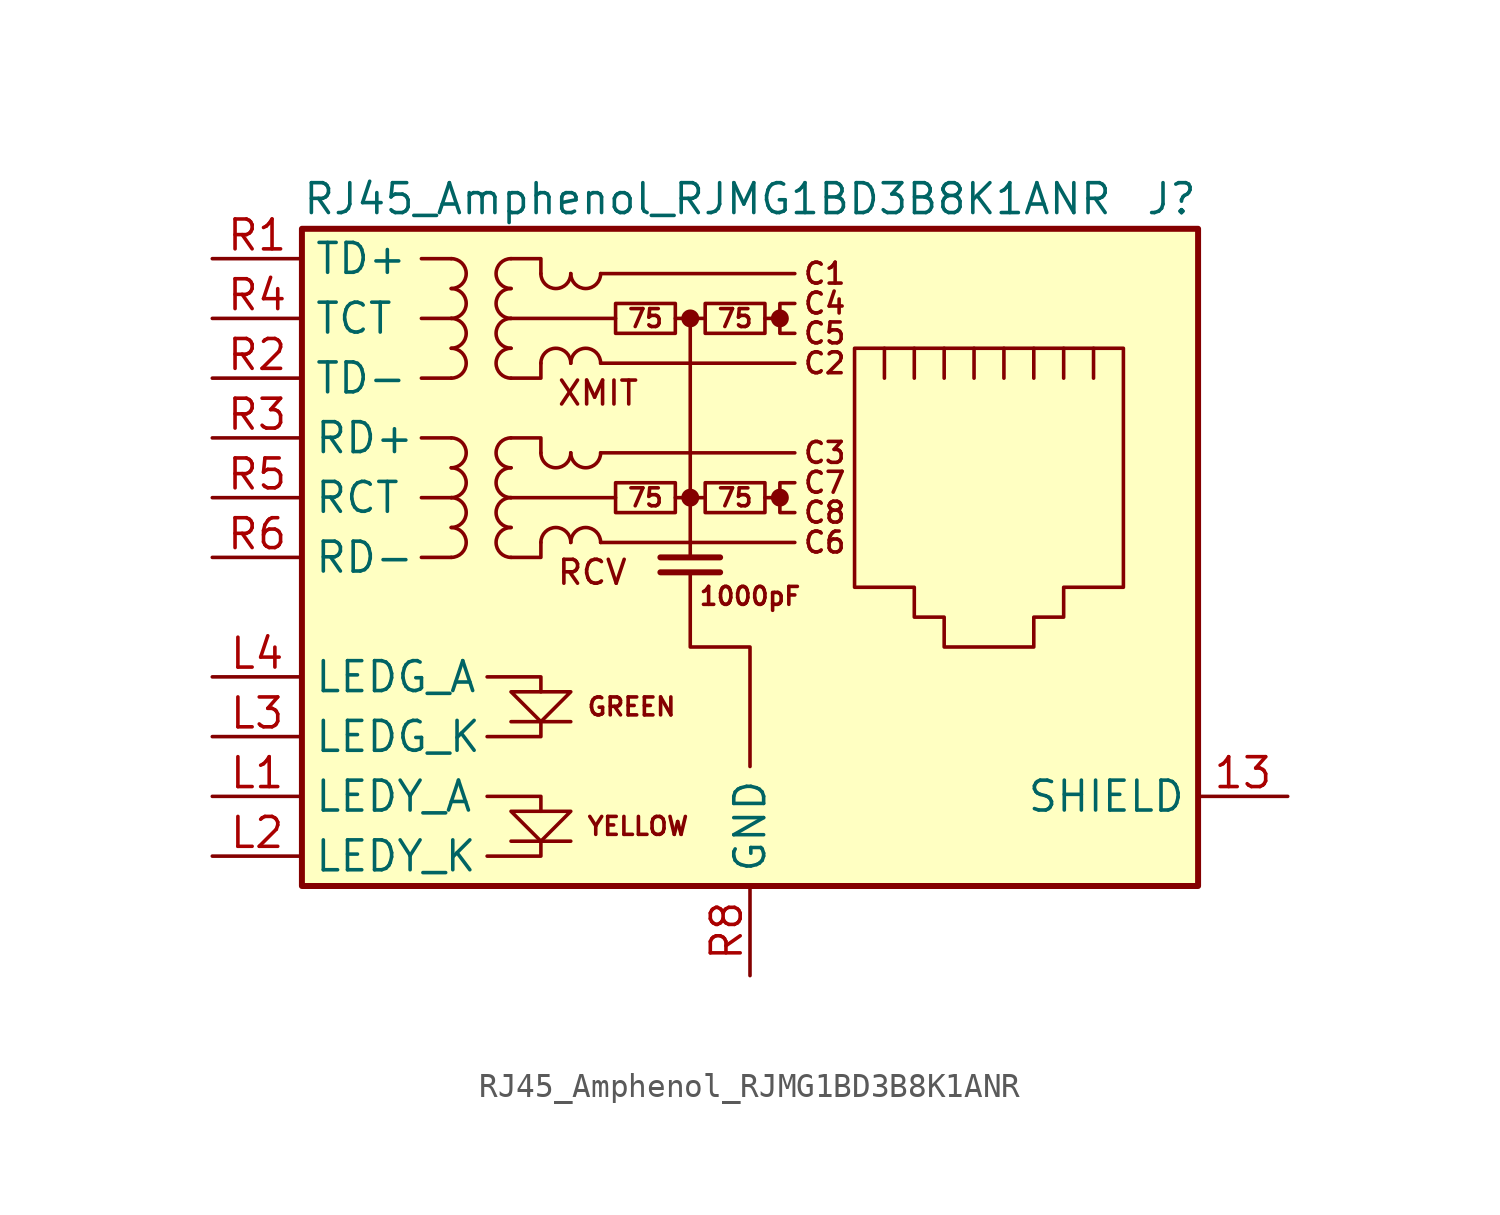
<source format=kicad_sym>
(kicad_symbol_lib
  (version 20220914)
  (generator kicad_symbol_editor)
  (symbol "RJ45_Amphenol_RJMG1BD3B8K1ANR"
    (property "Reference" "J"
      (at 19.05 15.24 0)
      (effects (font (size 1.27 1.27)) (justify right)))
    (property "Value" "RJ45_Amphenol_RJMG1BD3B8K1ANR"
      (at -19.05 15.24 0)
      (effects (font (size 1.27 1.27)) (justify left)))
    (symbol "RJ45_Amphenol_RJMG1BD3B8K1ANR_0_0"
      (circle (center -2.54 2.54) (radius 0.254) (stroke (width 0.254) (type solid)) (fill (type outline)))
      (circle (center -2.54 10.16) (radius 0.254) (stroke (width 0.254) (type solid)) (fill (type outline)))
      (polyline (pts (xy -7.62 -12.065) (xy -10.16 -12.065)) (stroke (width 0) (type solid)) (fill (type none)))
      (polyline (pts (xy -7.62 -6.985) (xy -10.16 -6.985)) (stroke (width 0) (type solid)) (fill (type none)))
      (polyline (pts (xy -2.54 10.16) (xy -2.54 0)) (stroke (width 0) (type solid)) (fill (type none)))
      (polyline (pts (xy -1.27 -0.635) (xy -3.81 -0.635)) (stroke (width 0.254) (type solid)) (fill (type none)))
      (polyline (pts (xy -1.27 0) (xy -3.81 0)) (stroke (width 0.254) (type solid)) (fill (type none)))
      (polyline (pts (xy 1.27 2.54) (xy 0.635 2.54)) (stroke (width 0) (type solid)) (fill (type none)))
      (polyline (pts (xy 1.27 10.16) (xy 0.635 10.16)) (stroke (width 0) (type solid)) (fill (type none)))
      (polyline (pts (xy -11.176 -12.7) (xy -8.89 -12.7) (xy -8.89 -12.065)) (stroke (width 0) (type solid)) (fill (type none)))
      (polyline (pts (xy -11.176 -10.16) (xy -8.89 -10.16) (xy -8.89 -10.795)) (stroke (width 0) (type solid)) (fill (type none)))
      (polyline (pts (xy -11.176 -5.08) (xy -8.89 -5.08) (xy -8.89 -5.715)) (stroke (width 0) (type solid)) (fill (type none)))
      (polyline (pts (xy -8.89 -6.985) (xy -8.89 -7.62) (xy -11.176 -7.62)) (stroke (width 0) (type solid)) (fill (type none)))
      (polyline (pts (xy -10.16 -5.715) (xy -7.62 -5.715) (xy -8.89 -6.985) (xy -10.16 -5.715)) (stroke (width 0) (type solid)) (fill (type none)))
      (polyline (pts (xy -7.62 -10.795) (xy -10.16 -10.795) (xy -8.89 -12.065) (xy -7.62 -10.795)) (stroke (width 0) (type solid)) (fill (type none)))
      (polyline (pts (xy -2.54 -0.635) (xy -2.54 -3.81) (xy 0 -3.81) (xy 0 -8.89)) (stroke (width 0) (type solid)) (fill (type none)))
      (polyline (pts (xy 1.905 3.175) (xy 1.27 3.175) (xy 1.27 1.905) (xy 1.905 1.905)) (stroke (width 0) (type solid)) (fill (type none)))
      (polyline (pts (xy 1.905 10.795) (xy 1.27 10.795) (xy 1.27 9.525) (xy 1.905 9.525)) (stroke (width 0) (type solid)) (fill (type none)))
      (circle (center 1.27 2.54) (radius 0.254) (stroke (width 0.254) (type solid)) (fill (type outline)))
      (circle (center 1.27 10.16) (radius 0.254) (stroke (width 0.254) (type solid)) (fill (type outline)))
      (text "1000pF" (at 0 -1.651 0) (effects (font (size 0.762 0.762))))
      (text "75" (at -4.445 2.54 0) (effects (font (size 0.762 0.762))))
      (text "75" (at -4.445 10.16 0) (effects (font (size 0.762 0.762))))
      (text "75" (at -0.635 2.54 0) (effects (font (size 0.762 0.762))))
      (text "75" (at -0.635 10.16 0) (effects (font (size 0.762 0.762))))
      (text "C1" (at 3.175 12.065 0) (effects (font (size 0.889 0.889))))
      (text "C2" (at 3.175 8.255 0) (effects (font (size 0.889 0.889))))
      (text "C3" (at 3.175 4.445 0) (effects (font (size 0.889 0.889))))
      (text "C4" (at 3.175 10.795 0) (effects (font (size 0.889 0.889))))
      (text "C5" (at 3.175 9.525 0) (effects (font (size 0.889 0.889))))
      (text "C6" (at 3.175 0.635 0) (effects (font (size 0.889 0.889))))
      (text "C7" (at 3.175 3.175 0) (effects (font (size 0.889 0.889))))
      (text "C8" (at 3.175 1.905 0) (effects (font (size 0.889 0.889))))
      (text "GREEN" (at -6.985 -6.35 0) (effects (font (size 0.762 0.762)) (justify left)))
      (text "RCV" (at -8.255 -0.635 0) (effects (font (size 1.016 1.016)) (justify left)))
      (text "XMIT" (at -8.255 6.985 0) (effects (font (size 1.016 1.016)) (justify left)))
      (text "YELLOW" (at -6.985 -11.43 0) (effects (font (size 0.762 0.762)) (justify left))))
    (symbol "RJ45_Amphenol_RJMG1BD3B8K1ANR_0_1"
      (rectangle (start -19.05 -13.97) (end 19.05 13.97) (stroke (width 0.254) (type solid)) (fill (type background)))
      (arc (start -12.7 0) (mid -12.0677 0.635) (end -12.7 1.27) (stroke (width 0) (type solid)) (fill (type none)))
      (arc (start -12.7 1.27) (mid -12.0677 1.905) (end -12.7 2.54) (stroke (width 0) (type solid)) (fill (type none)))
      (arc (start -12.7 2.54) (mid -12.0677 3.175) (end -12.7 3.81) (stroke (width 0) (type solid)) (fill (type none)))
      (arc (start -12.7 3.81) (mid -12.0677 4.445) (end -12.7 5.08) (stroke (width 0) (type solid)) (fill (type none)))
      (arc (start -12.7 7.62) (mid -12.0677 8.255) (end -12.7 8.89) (stroke (width 0) (type solid)) (fill (type none)))
      (arc (start -12.7 8.89) (mid -12.0677 9.525) (end -12.7 10.16) (stroke (width 0) (type solid)) (fill (type none)))
      (arc (start -12.7 10.16) (mid -12.0677 10.795) (end -12.7 11.43) (stroke (width 0) (type solid)) (fill (type none)))
      (arc (start -12.7 11.43) (mid -12.0677 12.065) (end -12.7 12.7) (stroke (width 0) (type solid)) (fill (type none)))
      (arc (start -10.16 1.27) (mid -10.7923 0.635) (end -10.16 0) (stroke (width 0) (type solid)) (fill (type none)))
      (arc (start -10.16 2.54) (mid -10.7923 1.905) (end -10.16 1.27) (stroke (width 0) (type solid)) (fill (type none)))
      (arc (start -10.16 3.81) (mid -10.7923 3.175) (end -10.16 2.54) (stroke (width 0) (type solid)) (fill (type none)))
      (arc (start -10.16 5.08) (mid -10.7923 4.445) (end -10.16 3.81) (stroke (width 0) (type solid)) (fill (type none)))
      (arc (start -10.16 8.89) (mid -10.7923 8.255) (end -10.16 7.62) (stroke (width 0) (type solid)) (fill (type none)))
      (arc (start -10.16 10.16) (mid -10.7923 9.525) (end -10.16 8.89) (stroke (width 0) (type solid)) (fill (type none)))
      (arc (start -10.16 11.43) (mid -10.7923 10.795) (end -10.16 10.16) (stroke (width 0) (type solid)) (fill (type none)))
      (arc (start -10.16 12.7) (mid -10.7923 12.065) (end -10.16 11.43) (stroke (width 0) (type solid)) (fill (type none)))
      (arc (start -8.89 4.445) (mid -8.255 3.8127) (end -7.62 4.445) (stroke (width 0) (type solid)) (fill (type none)))
      (arc (start -8.89 12.065) (mid -8.255 11.4327) (end -7.62 12.065) (stroke (width 0) (type solid)) (fill (type none)))
      (arc (start -7.62 0.635) (mid -8.255 1.2673) (end -8.89 0.635) (stroke (width 0) (type solid)) (fill (type none)))
      (arc (start -7.62 4.445) (mid -6.985 3.8127) (end -6.35 4.445) (stroke (width 0) (type solid)) (fill (type none)))
      (arc (start -7.62 8.255) (mid -8.255 8.8873) (end -8.89 8.255) (stroke (width 0) (type solid)) (fill (type none)))
      (arc (start -7.62 12.065) (mid -6.985 11.4327) (end -6.35 12.065) (stroke (width 0) (type solid)) (fill (type none)))
      (arc (start -6.35 0.635) (mid -6.985 1.2673) (end -7.62 0.635) (stroke (width 0) (type solid)) (fill (type none)))
      (arc (start -6.35 8.255) (mid -6.985 8.8873) (end -7.62 8.255) (stroke (width 0) (type solid)) (fill (type none)))
      (rectangle (start -5.715 3.175) (end -3.175 1.905) (stroke (width 0) (type solid)) (fill (type none)))
      (rectangle (start -5.715 10.795) (end -3.175 9.525) (stroke (width 0) (type solid)) (fill (type none)))
      (rectangle (start -1.905 3.175) (end 0.635 1.905) (stroke (width 0) (type solid)) (fill (type none)))
      (rectangle (start -1.905 10.795) (end 0.635 9.525) (stroke (width 0) (type solid)) (fill (type none)))
      (polyline (pts (xy -12.7 0) (xy -13.97 0)) (stroke (width 0) (type solid)) (fill (type none)))
      (polyline (pts (xy -12.7 2.54) (xy -13.97 2.54)) (stroke (width 0) (type solid)) (fill (type none)))
      (polyline (pts (xy -12.7 5.08) (xy -13.97 5.08)) (stroke (width 0) (type solid)) (fill (type none)))
      (polyline (pts (xy -12.7 7.62) (xy -13.97 7.62)) (stroke (width 0) (type solid)) (fill (type none)))
      (polyline (pts (xy -12.7 10.16) (xy -13.97 10.16)) (stroke (width 0) (type solid)) (fill (type none)))
      (polyline (pts (xy -12.7 12.7) (xy -13.97 12.7)) (stroke (width 0) (type solid)) (fill (type none)))
      (polyline (pts (xy -6.35 0.635) (xy 1.905 0.635)) (stroke (width 0) (type solid)) (fill (type none)))
      (polyline (pts (xy -6.35 4.445) (xy 1.905 4.445)) (stroke (width 0) (type solid)) (fill (type none)))
      (polyline (pts (xy -6.35 8.255) (xy 1.905 8.255)) (stroke (width 0) (type solid)) (fill (type none)))
      (polyline (pts (xy -6.35 12.065) (xy 1.905 12.065)) (stroke (width 0) (type solid)) (fill (type none)))
      (polyline (pts (xy -5.715 2.54) (xy -10.16 2.54)) (stroke (width 0) (type solid)) (fill (type none)))
      (polyline (pts (xy -5.715 10.16) (xy -10.16 10.16)) (stroke (width 0) (type solid)) (fill (type none)))
      (polyline (pts (xy -3.175 2.54) (xy -1.905 2.54)) (stroke (width 0) (type solid)) (fill (type none)))
      (polyline (pts (xy -3.175 10.16) (xy -1.905 10.16)) (stroke (width 0) (type solid)) (fill (type none)))
      (polyline (pts (xy 5.715 7.62) (xy 5.715 8.89)) (stroke (width 0) (type solid)) (fill (type none)))
      (polyline (pts (xy 6.985 8.89) (xy 6.985 7.62)) (stroke (width 0) (type solid)) (fill (type none)))
      (polyline (pts (xy 8.255 8.89) (xy 8.255 7.62)) (stroke (width 0) (type solid)) (fill (type none)))
      (polyline (pts (xy 9.525 8.89) (xy 9.525 7.62)) (stroke (width 0) (type solid)) (fill (type none)))
      (polyline (pts (xy 10.795 8.89) (xy 10.795 7.62)) (stroke (width 0) (type solid)) (fill (type none)))
      (polyline (pts (xy 12.065 8.89) (xy 12.065 7.62)) (stroke (width 0) (type solid)) (fill (type none)))
      (polyline (pts (xy 13.335 7.62) (xy 13.335 8.89)) (stroke (width 0) (type solid)) (fill (type none)))
      (polyline (pts (xy 14.605 7.62) (xy 14.605 8.89)) (stroke (width 0) (type solid)) (fill (type none)))
      (polyline (pts (xy -10.16 5.08) (xy -8.89 5.08) (xy -8.89 4.445)) (stroke (width 0) (type solid)) (fill (type none)))
      (polyline (pts (xy -10.16 12.7) (xy -8.89 12.7) (xy -8.89 12.065)) (stroke (width 0) (type solid)) (fill (type none)))
      (polyline (pts (xy -8.89 0.635) (xy -8.89 0) (xy -10.16 0)) (stroke (width 0) (type solid)) (fill (type none)))
      (polyline (pts (xy -8.89 8.255) (xy -8.89 7.62) (xy -10.16 7.62)) (stroke (width 0) (type solid)) (fill (type none)))
      (polyline (pts (xy 4.445 8.89) (xy 15.875 8.89) (xy 15.875 -1.27) (xy 13.335 -1.27) (xy 13.335 -2.54) (xy 12.065 -2.54) (xy 12.065 -3.81) (xy 8.255 -3.81) (xy 8.255 -2.54) (xy 6.985 -2.54) (xy 6.985 -1.27) (xy 4.445 -1.27) (xy 4.445 8.89)) (stroke (width 0) (type solid)) (fill (type none))))
    (symbol "RJ45_Amphenol_RJMG1BD3B8K1ANR_1_1"
      (pin passive line (at 22.86 -10.16 180) (length 3.81) (name "SHIELD" (effects (font (size 1.27 1.27)))) (number "13" (effects (font (size 1.27 1.27)))))
      (pin passive line (at -22.86 -10.16 0) (length 3.81) (name "LEDY_A" (effects (font (size 1.27 1.27)))) (number "L1" (effects (font (size 1.27 1.27)))))
      (pin passive line (at -22.86 -12.7 0) (length 3.81) (name "LEDY_K" (effects (font (size 1.27 1.27)))) (number "L2" (effects (font (size 1.27 1.27)))))
      (pin passive line (at -22.86 -7.62 0) (length 3.81) (name "LEDG_K" (effects (font (size 1.27 1.27)))) (number "L3" (effects (font (size 1.27 1.27)))))
      (pin passive line (at -22.86 -5.08 0) (length 3.81) (name "LEDG_A" (effects (font (size 1.27 1.27)))) (number "L4" (effects (font (size 1.27 1.27)))))
      (pin passive line (at -22.86 12.7 0) (length 3.81) (name "TD+" (effects (font (size 1.27 1.27)))) (number "R1" (effects (font (size 1.27 1.27)))))
      (pin passive line (at -22.86 7.62 0) (length 3.81) (name "TD-" (effects (font (size 1.27 1.27)))) (number "R2" (effects (font (size 1.27 1.27)))))
      (pin passive line (at -22.86 5.08 0) (length 3.81) (name "RD+" (effects (font (size 1.27 1.27)))) (number "R3" (effects (font (size 1.27 1.27)))))
      (pin passive line (at -22.86 10.16 0) (length 3.81) (name "TCT" (effects (font (size 1.27 1.27)))) (number "R4" (effects (font (size 1.27 1.27)))))
      (pin passive line (at -22.86 2.54 0) (length 3.81) (name "RCT" (effects (font (size 1.27 1.27)))) (number "R5" (effects (font (size 1.27 1.27)))))
      (pin passive line (at -22.86 0 0) (length 3.81) (name "RD-" (effects (font (size 1.27 1.27)))) (number "R6" (effects (font (size 1.27 1.27)))))
      (pin no_connect line (at 5.08 -5.08 0) (length 0) hide (name "NC" (effects (font (size 1.27 1.27)))) (number "R7" (effects (font (size 1.27 1.27)))))
      (pin power_in line (at 0 -17.78 90) (length 3.81) (name "GND" (effects (font (size 1.27 1.27)))) (number "R8" (effects (font (size 1.27 1.27))))))))
</source>
